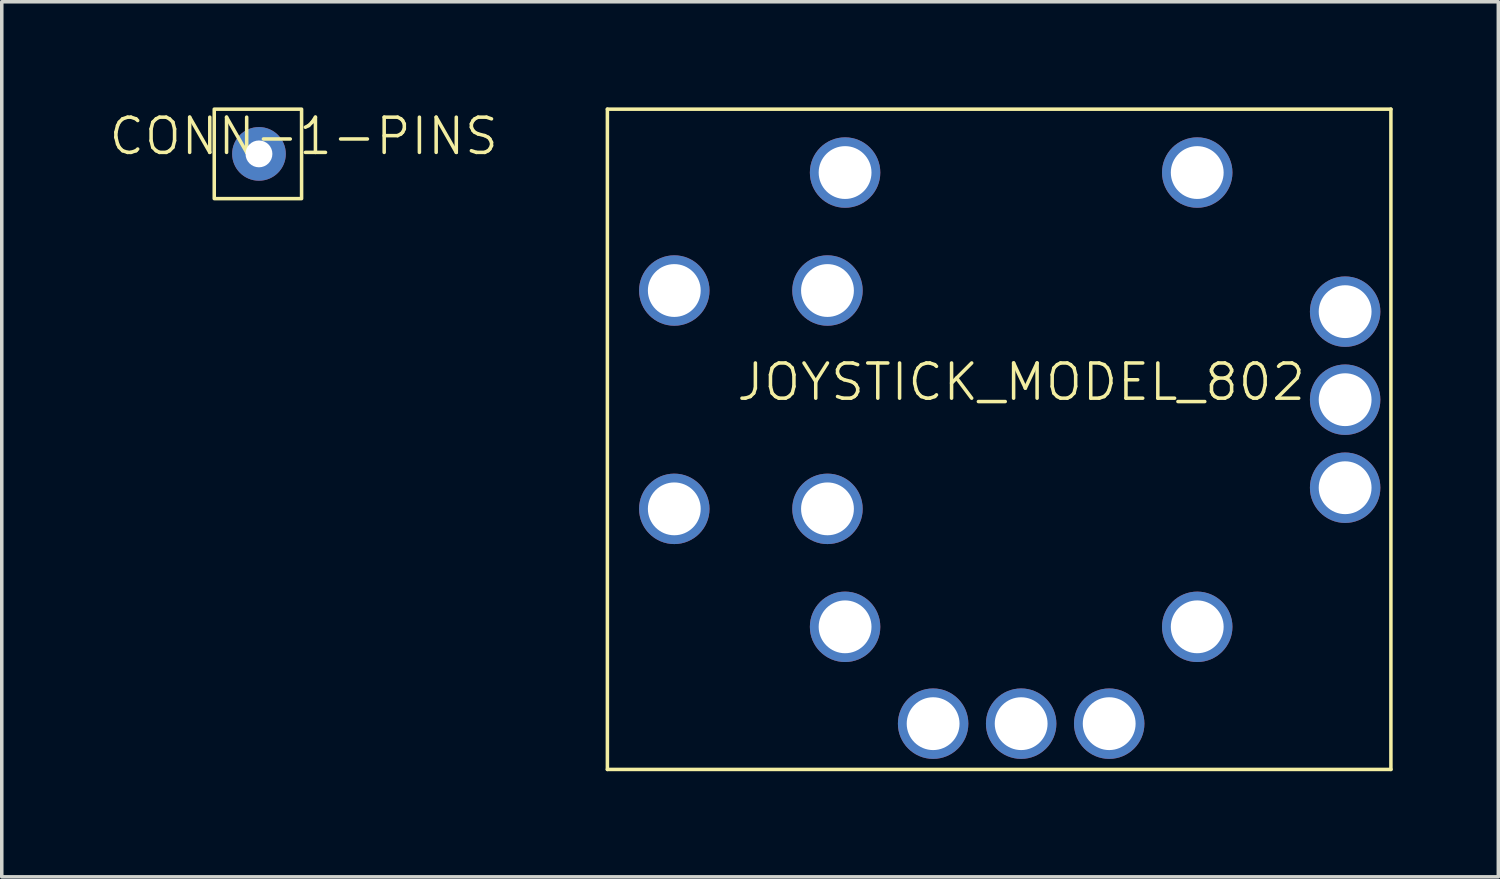
<source format=kicad_pcb>
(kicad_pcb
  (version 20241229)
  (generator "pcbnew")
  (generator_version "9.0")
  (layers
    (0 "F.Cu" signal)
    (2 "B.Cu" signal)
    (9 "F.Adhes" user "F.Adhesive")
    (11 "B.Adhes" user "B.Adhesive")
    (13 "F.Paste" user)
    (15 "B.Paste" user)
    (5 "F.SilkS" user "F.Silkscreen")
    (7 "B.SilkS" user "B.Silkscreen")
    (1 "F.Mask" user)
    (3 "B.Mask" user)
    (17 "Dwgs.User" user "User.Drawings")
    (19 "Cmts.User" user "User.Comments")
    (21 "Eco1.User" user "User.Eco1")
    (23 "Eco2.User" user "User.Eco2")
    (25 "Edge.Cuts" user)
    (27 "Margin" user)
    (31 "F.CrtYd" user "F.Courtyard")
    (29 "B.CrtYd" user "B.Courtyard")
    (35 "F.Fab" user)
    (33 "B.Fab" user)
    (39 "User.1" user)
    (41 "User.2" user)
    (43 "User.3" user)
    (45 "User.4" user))
  (footprint "CONN-1-PINS"
    (layer "F.Cu")
    (at 5.574 1.32)
    (property "Reference" "CONN-1-PINS" (at 0 -0.5 0) (unlocked yes) (layer "F.SilkS") (effects (font (size 1 1) (thickness 0.1))))
    (attr through_hole)
    (fp_rect (start -2.54 -1.27) (end -0.06 1.27) (stroke (width 0.1) (type default)) (fill no) (layer "F.SilkS"))
    (pad "1" thru_hole circle (at -1.27 0) (size 1.524 1.524) (drill 0.762) (layers "*.Cu" "*.Mask")))
  (footprint "JOYSTICK_MODEL_802"
    (layer "F.Cu")
    (at 25.948 8.3)
    (property "Reference" "JOYSTICK_MODEL_802" (at 0 -0.5 0) (unlocked yes) (layer "F.SilkS") (effects (font (size 1 1) (thickness 0.1))))
    (attr through_hole)
    (fp_line (start -11.75 -8.25) (end -11.75 10.5) (stroke (width 0.1) (type default)) (layer "F.SilkS"))
    (fp_line (start -11.75 10.5) (end 10.5 10.5) (stroke (width 0.1) (type default)) (layer "F.SilkS"))
    (fp_line (start 10.5 -8.25) (end -11.75 -8.25) (stroke (width 0.1) (type default)) (layer "F.SilkS"))
    (fp_line (start 10.5 10.5) (end 10.5 -8.25) (stroke (width 0.1) (type default)) (layer "F.SilkS"))
    (pad "1" thru_hole circle (at -2.5 9.2) (size 2 2) (drill 1.5) (layers "*.Cu" "*.Mask"))
    (pad "2" thru_hole circle (at 0 9.2) (size 2 2) (drill 1.5) (layers "*.Cu" "*.Mask"))
    (pad "3" thru_hole circle (at 2.5 9.2) (size 2 2) (drill 1.5) (layers "*.Cu" "*.Mask"))
    (pad "4" thru_hole circle (at 9.2 2.5) (size 2 2) (drill 1.5) (layers "*.Cu" "*.Mask"))
    (pad "5" thru_hole circle (at 9.2 0) (size 2 2) (drill 1.5) (layers "*.Cu" "*.Mask"))
    (pad "6" thru_hole circle (at 9.2 -2.5) (size 2 2) (drill 1.5) (layers "*.Cu" "*.Mask"))
    (pad "7" thru_hole circle (at -5.5 -3.1) (size 2 2) (drill 1.5) (layers "*.Cu" "*.Mask"))
    (pad "8" thru_hole circle (at -5.5 3.1) (size 2 2) (drill 1.5) (layers "*.Cu" "*.Mask"))
    (pad "9" thru_hole circle (at -9.85 -3.1) (size 2 2) (drill 1.5) (layers "*.Cu" "*.Mask"))
    (pad "10" thru_hole circle (at -9.85 3.1) (size 2 2) (drill 1.5) (layers "*.Cu" "*.Mask"))
    (pad "11" thru_hole circle (at 5 6.45) (size 2 2) (drill 1.5) (layers "*.Cu" "*.Mask"))
    (pad "12" thru_hole circle (at 5 -6.45) (size 2 2) (drill 1.5) (layers "*.Cu" "*.Mask"))
    (pad "13" thru_hole circle (at -5 6.45) (size 2 2) (drill 1.5) (layers "*.Cu" "*.Mask"))
    (pad "14" thru_hole circle (at -5 -6.45) (size 2 2) (drill 1.5) (layers "*.Cu" "*.Mask")))
  (gr_rect
    (start -3 -3)
    (end 39.498 21.85)
    (stroke (width 0.1) (type default))
    (fill no)
    (layer "Edge.Cuts")))
</source>
